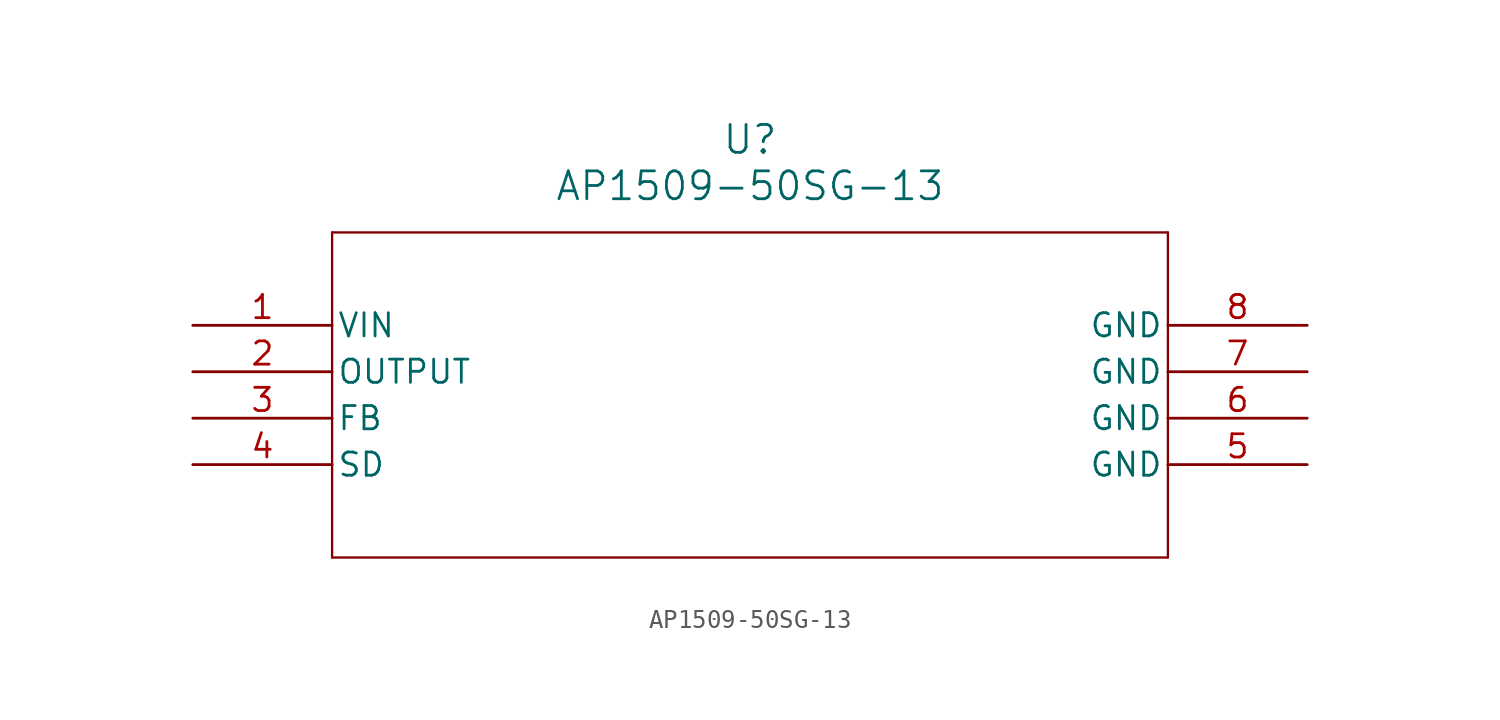
<source format=kicad_sym>
(kicad_symbol_lib
  (version 20211014)
  (generator kicad_symbol_editor)
  (symbol "AP1509-50SG-13"
    (pin_names
      (offset 0.254))
    (property "Reference" "U"
      (at 30.48 10.16 0)
      (effects (font (size 1.524 1.524))))
    (property "Value" "AP1509-50SG-13"
      (at 30.48 7.62 0)
      (effects (font (size 1.524 1.524))))
    (symbol "AP1509-50SG-13_0_1"
      (polyline (pts (xy 7.62 5.08) (xy 7.62 -12.7)) (stroke (width 0.127) (type default) (color 0 0 0 0)) (fill (type none)))
      (polyline (pts (xy 7.62 -12.7) (xy 53.34 -12.7)) (stroke (width 0.127) (type default) (color 0 0 0 0)) (fill (type none)))
      (polyline (pts (xy 53.34 -12.7) (xy 53.34 5.08)) (stroke (width 0.127) (type default) (color 0 0 0 0)) (fill (type none)))
      (polyline (pts (xy 53.34 5.08) (xy 7.62 5.08)) (stroke (width 0.127) (type default) (color 0 0 0 0)) (fill (type none)))
      (pin input line (at 0 0 0) (length 7.62) (name "VIN" (effects (font (size 1.27 1.27)))) (number "1" (effects (font (size 1.27 1.27)))))
      (pin output line (at 0 -2.54 0) (length 7.62) (name "OUTPUT" (effects (font (size 1.27 1.27)))) (number "2" (effects (font (size 1.27 1.27)))))
      (pin output line (at 0 -5.08 0) (length 7.62) (name "FB" (effects (font (size 1.27 1.27)))) (number "3" (effects (font (size 1.27 1.27)))))
      (pin unspecified line (at 0 -7.62 0) (length 7.62) (name "SD" (effects (font (size 1.27 1.27)))) (number "4" (effects (font (size 1.27 1.27)))))
      (pin power_in line (at 60.96 -7.62 180) (length 7.62) (name "GND" (effects (font (size 1.27 1.27)))) (number "5" (effects (font (size 1.27 1.27)))))
      (pin power_in line (at 60.96 -5.08 180) (length 7.62) (name "GND" (effects (font (size 1.27 1.27)))) (number "6" (effects (font (size 1.27 1.27)))))
      (pin power_in line (at 60.96 -2.54 180) (length 7.62) (name "GND" (effects (font (size 1.27 1.27)))) (number "7" (effects (font (size 1.27 1.27)))))
      (pin power_in line (at 60.96 0 180) (length 7.62) (name "GND" (effects (font (size 1.27 1.27)))) (number "8" (effects (font (size 1.27 1.27))))))))
</source>
